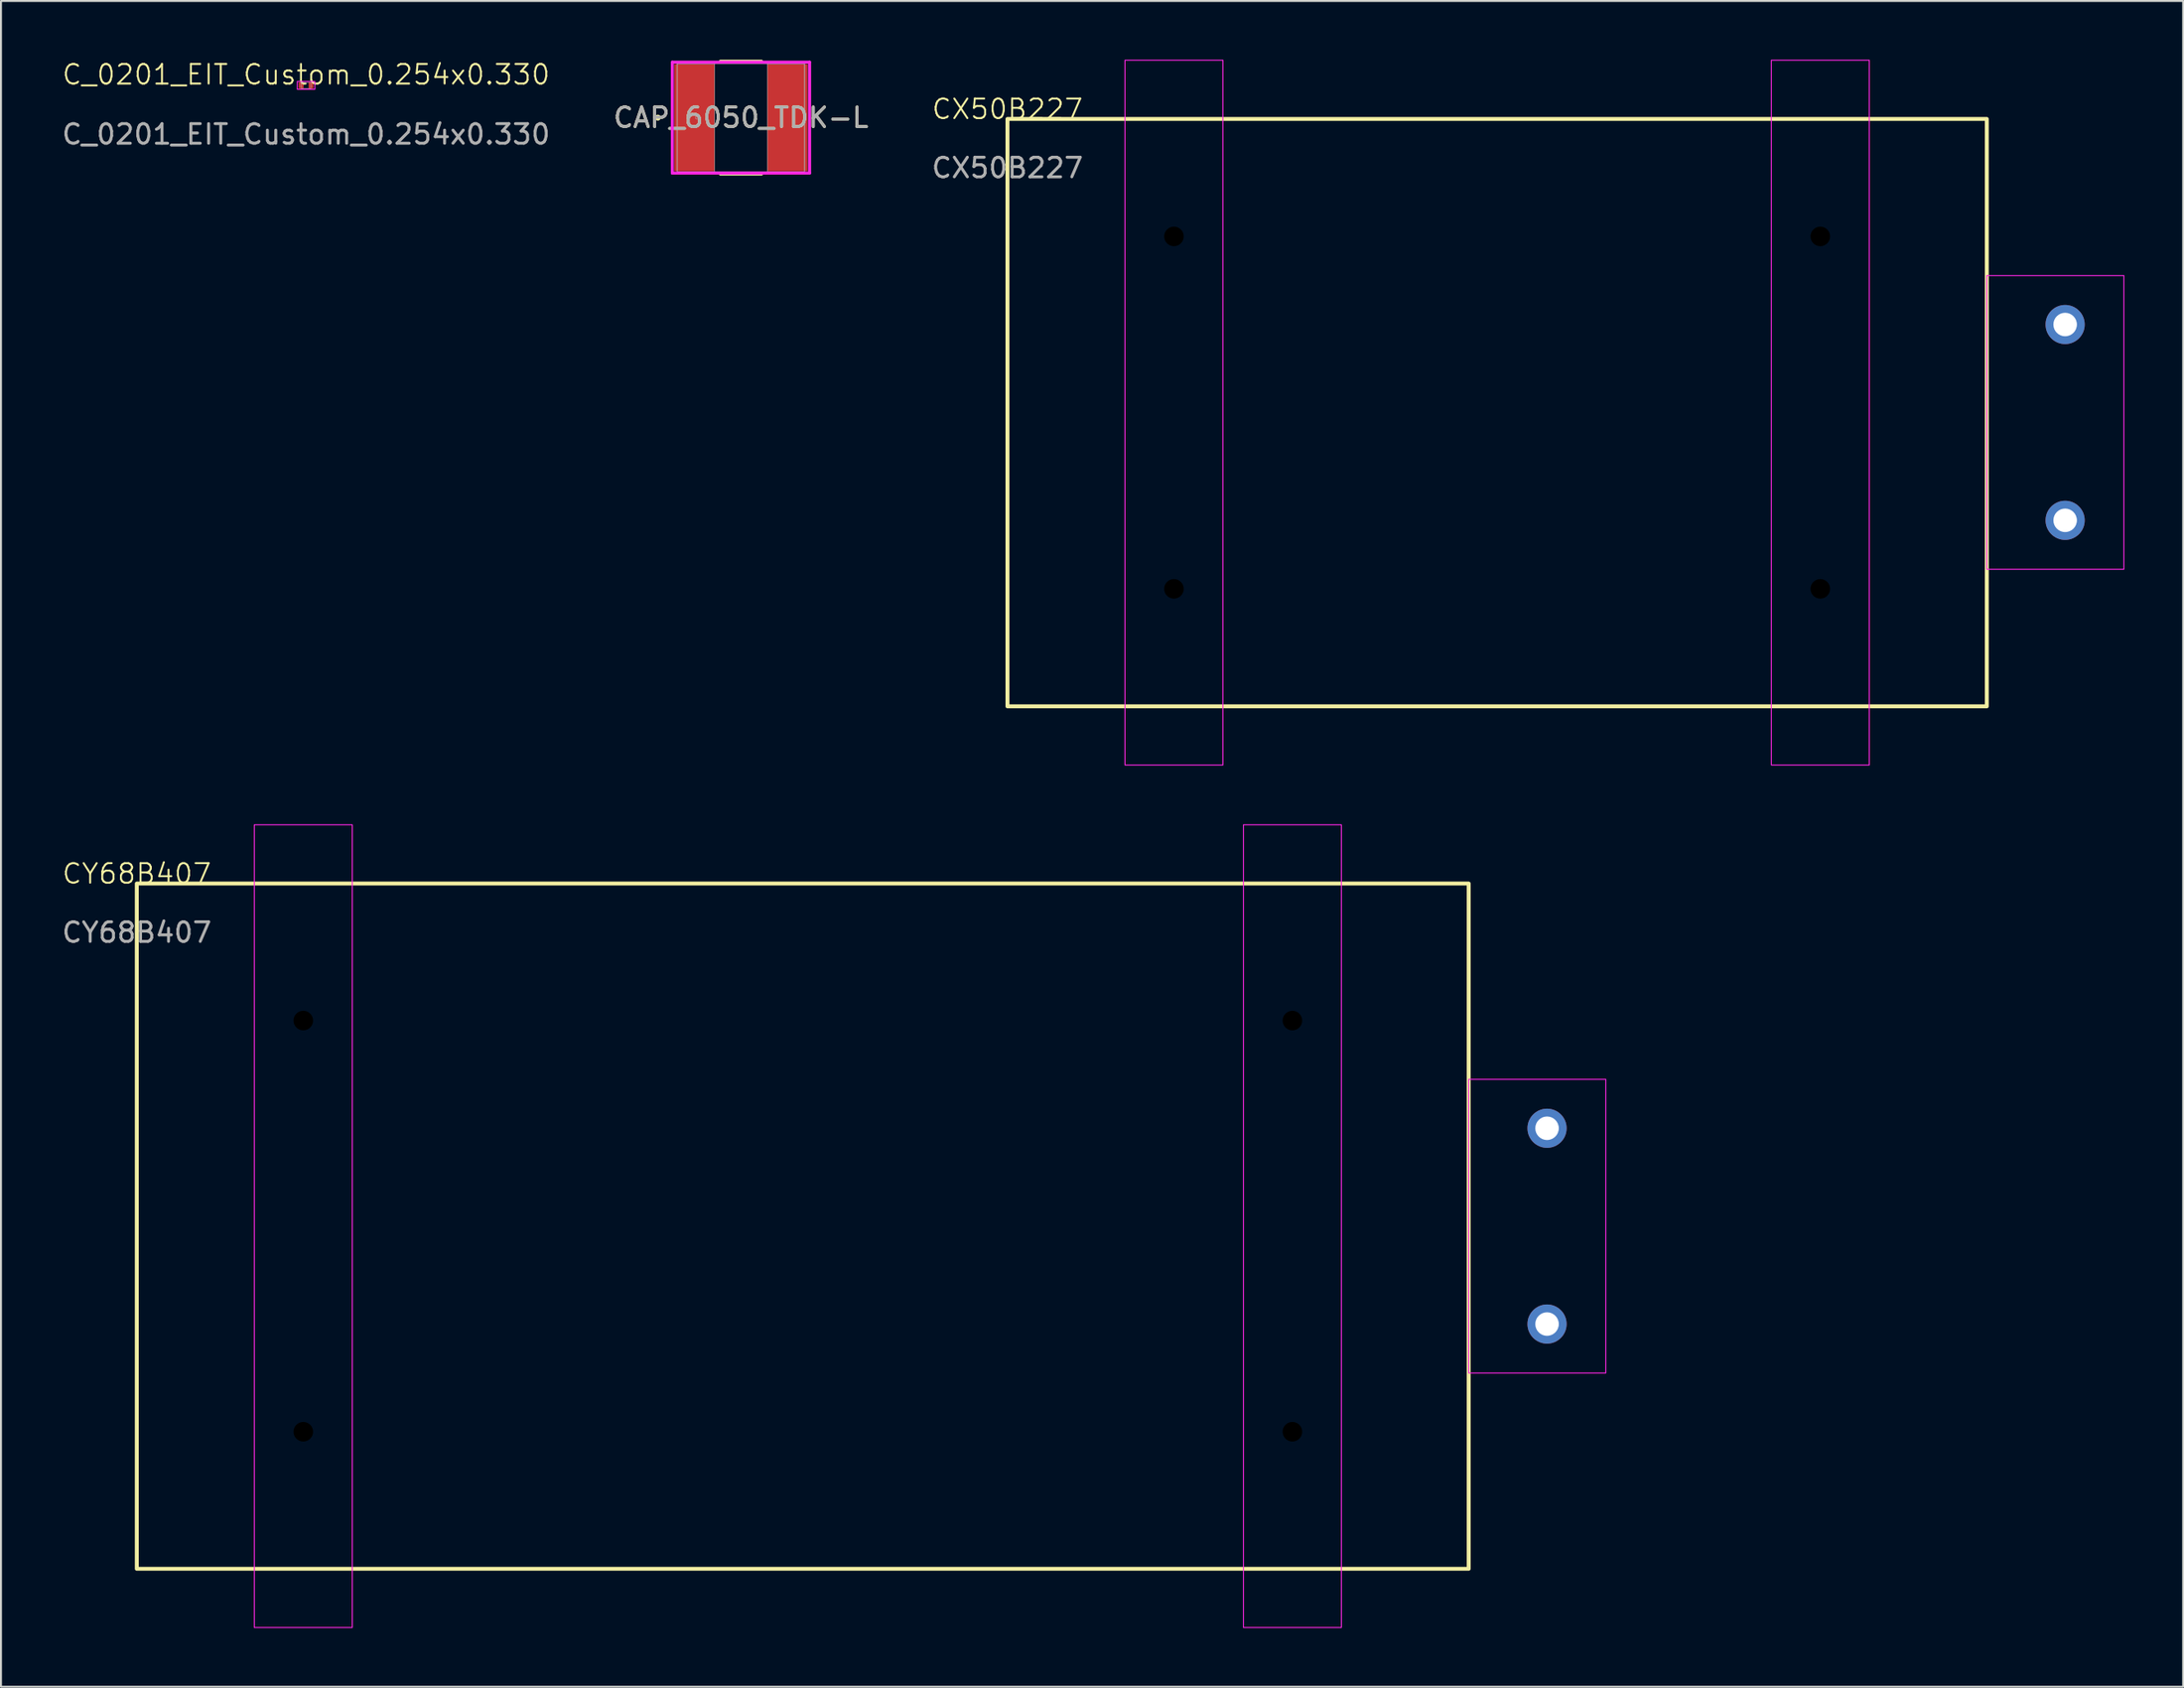
<source format=kicad_pcb>
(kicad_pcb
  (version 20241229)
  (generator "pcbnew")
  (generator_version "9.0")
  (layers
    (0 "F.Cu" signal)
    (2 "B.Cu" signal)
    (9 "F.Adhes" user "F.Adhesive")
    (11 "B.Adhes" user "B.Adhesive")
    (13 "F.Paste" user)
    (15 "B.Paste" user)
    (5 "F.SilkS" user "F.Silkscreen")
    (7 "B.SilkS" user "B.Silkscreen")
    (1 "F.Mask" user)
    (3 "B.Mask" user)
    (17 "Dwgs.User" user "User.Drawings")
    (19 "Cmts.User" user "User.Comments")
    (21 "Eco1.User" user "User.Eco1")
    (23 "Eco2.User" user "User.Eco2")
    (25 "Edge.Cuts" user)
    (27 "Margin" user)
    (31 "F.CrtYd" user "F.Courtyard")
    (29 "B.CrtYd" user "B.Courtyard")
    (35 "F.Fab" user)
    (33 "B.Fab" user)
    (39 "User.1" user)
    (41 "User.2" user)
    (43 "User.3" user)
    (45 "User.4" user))
  (footprint "CX50B227"
    (layer "F.Cu")
    (at 48.387 3.025)
    (property "Reference" "CX50B227" (at 0 -0.5 0) (unlocked yes) (layer "F.SilkS") (effects (font (size 1 1) (thickness 0.1))))
    (attr through_hole)
    (fp_rect (start 0 0) (end 50 30) (stroke (width 0.2) (type default)) (fill no) (layer "F.SilkS"))
    (fp_rect (start 6 -3) (end 11 33) (stroke (width 0.05) (type default)) (fill no) (layer "F.CrtYd"))
    (fp_rect (start 39 -3) (end 44 33) (stroke (width 0.05) (type default)) (fill no) (layer "F.CrtYd"))
    (fp_rect (start 50 8) (end 57 23) (stroke (width 0.05) (type default)) (fill no) (layer "F.CrtYd"))
    (fp_text user "${REFERENCE}" (at 0 2.5 0) (unlocked yes) (layer "F.Fab") (effects (font (size 1 1) (thickness 0.15))))
    (pad "" np_thru_hole circle (at 8.5 6) (size 1 1) (drill 3) (layers "*.Mask"))
    (pad "" np_thru_hole circle (at 8.5 24) (size 1 1) (drill 3) (layers "*.Mask"))
    (pad "" np_thru_hole circle (at 41.5 6) (size 1 1) (drill 3) (layers "*.Mask"))
    (pad "" np_thru_hole circle (at 41.5 24) (size 1 1) (drill 3) (layers "*.Mask"))
    (pad "1" thru_hole circle (at 54 10.5) (size 2 2) (drill 1.2) (layers "*.Cu" "*.Mask"))
    (pad "2" thru_hole circle (at 54 20.5) (size 2 2) (drill 1.2) (layers "*.Cu" "*.Mask")))
  (footprint "CY68B407"
    (layer "F.Cu")
    (at 3.935 42.075)
    (property "Reference" "CY68B407" (at 0 -0.5 0) (unlocked yes) (layer "F.SilkS") (effects (font (size 1 1) (thickness 0.1))))
    (attr through_hole)
    (fp_rect (start 0 0) (end 68 35) (stroke (width 0.2) (type default)) (fill no) (layer "F.SilkS"))
    (fp_rect (start 6 -3) (end 11 38) (stroke (width 0.05) (type default)) (fill no) (layer "F.CrtYd"))
    (fp_rect (start 56.5 -3) (end 61.5 38) (stroke (width 0.05) (type default)) (fill no) (layer "F.CrtYd"))
    (fp_rect (start 68 10) (end 75 25) (stroke (width 0.05) (type default)) (fill no) (layer "F.CrtYd"))
    (fp_text user "${REFERENCE}" (at 0 2.5 0) (unlocked yes) (layer "F.Fab") (effects (font (size 1 1) (thickness 0.15))))
    (pad "" np_thru_hole circle (at 8.5 7) (size 1 1) (drill 3) (layers "*.Mask"))
    (pad "" np_thru_hole circle (at 8.5 28) (size 1 1) (drill 3) (layers "*.Mask"))
    (pad "" np_thru_hole circle (at 59 7) (size 1 1) (drill 3) (layers "*.Mask"))
    (pad "" np_thru_hole circle (at 59 28) (size 1 1) (drill 3) (layers "*.Mask"))
    (pad "1" thru_hole circle (at 72 12.5) (size 2 2) (drill 1.2) (layers "*.Cu" "*.Mask"))
    (pad "2" thru_hole circle (at 72 22.5) (size 2 2) (drill 1.2) (layers "*.Cu" "*.Mask")))
  (footprint "C_0201_EIT_Custom_0.254x0.330"
    (layer "F.Cu")
    (at 12.577 1.31)
    (property "Reference" "C_0201_EIT_Custom_0.254x0.330" (at 0 -0.55 0) (unlocked yes) (layer "F.SilkS") (effects (font (size 1 1) (thickness 0.1))))
    (attr smd)
    (fp_rect (start -0.45 -0.2) (end 0.45 0.2) (stroke (width 0.05) (type default)) (fill no) (layer "F.CrtYd"))
    (fp_rect (start -0.25 -0.15) (end 0.25 0.15) (stroke (width 0.025) (type default)) (fill no) (layer "F.Fab"))
    (fp_text user "${REFERENCE}" (at 0 2.5 0) (unlocked yes) (layer "F.Fab") (effects (font (size 1 1) (thickness 0.15))))
    (pad "1" smd roundrect (at 0.254 0) (size 0.254 0.33) (layers "F.Cu" "F.Mask" "F.Paste") (roundrect_rratio 0.15))
    (pad "2" smd roundrect (at -0.254 0) (size 0.254 0.33) (layers "F.Cu" "F.Mask" "F.Paste") (roundrect_rratio 0.15)))
  (footprint "CAP_6050_TDK-L"
    (layer "F.Cu")
    (at 34.78 2.959)
    (property "Reference" "CAP_6050_TDK-L" (at 0 0 0) (unlocked yes) (layer "F.SilkS") (effects (font (size 1 1) (thickness 0.15))))
    (attr smd)
    (fp_line (start -1.05 2.883) (end 1.05 2.883) (stroke (width 0.152) (type solid)) (layer "F.SilkS"))
    (fp_line (start 1.05 -2.883) (end -1.05 -2.883) (stroke (width 0.152) (type solid)) (layer "F.SilkS"))
    (fp_circle (center -4.242 0) (end -4.166 0) (stroke (width 0.152) (type solid)) (fill no) (layer "F.SilkS"))
    (fp_line (start -3.505 -2.832) (end 3.505 -2.832) (stroke (width 0.152) (type solid)) (layer "F.CrtYd"))
    (fp_line (start -3.505 2.832) (end -3.505 -2.832) (stroke (width 0.152) (type solid)) (layer "F.CrtYd"))
    (fp_line (start 3.505 -2.832) (end 3.505 2.832) (stroke (width 0.152) (type solid)) (layer "F.CrtYd"))
    (fp_line (start 3.505 2.832) (end -3.505 2.832) (stroke (width 0.152) (type solid)) (layer "F.CrtYd"))
    (fp_line (start -3.251 -2.756) (end -3.251 2.756) (stroke (width 0.025) (type solid)) (layer "F.Fab"))
    (fp_line (start -3.251 -2.756) (end -3.251 2.756) (stroke (width 0.025) (type solid)) (layer "F.Fab"))
    (fp_line (start -3.251 2.756) (end -1.346 2.756) (stroke (width 0.025) (type solid)) (layer "F.Fab"))
    (fp_line (start -3.251 2.756) (end 3.251 2.756) (stroke (width 0.025) (type solid)) (layer "F.Fab"))
    (fp_line (start -1.346 -2.756) (end -3.251 -2.756) (stroke (width 0.025) (type solid)) (layer "F.Fab"))
    (fp_line (start -1.346 2.756) (end -1.346 -2.756) (stroke (width 0.025) (type solid)) (layer "F.Fab"))
    (fp_line (start 1.346 -2.756) (end 1.346 2.756) (stroke (width 0.025) (type solid)) (layer "F.Fab"))
    (fp_line (start 1.346 2.756) (end 3.251 2.756) (stroke (width 0.025) (type solid)) (layer "F.Fab"))
    (fp_line (start 3.251 -2.756) (end -3.251 -2.756) (stroke (width 0.025) (type solid)) (layer "F.Fab"))
    (fp_line (start 3.251 -2.756) (end 1.346 -2.756) (stroke (width 0.025) (type solid)) (layer "F.Fab"))
    (fp_line (start 3.251 2.756) (end 3.251 -2.756) (stroke (width 0.025) (type solid)) (layer "F.Fab"))
    (fp_line (start 3.251 2.756) (end 3.251 -2.756) (stroke (width 0.025) (type solid)) (layer "F.Fab"))
    (fp_circle (center -2.248 0) (end -2.172 0) (stroke (width 0.025) (type solid)) (fill no) (layer "F.Fab"))
    (fp_text user "${REFERENCE}" (at 0 0 0) (unlocked yes) (layer "F.Fab") (effects (font (size 1 1) (thickness 0.15))))
    (pad "1" smd rect (at -2.375 0) (size 2.057 5.461) (layers "F.Cu" "F.Mask" "F.Paste"))
    (pad "2" smd rect (at 2.375 0) (size 2.057 5.461) (layers "F.Cu" "F.Mask" "F.Paste"))
    (zone (net_name "") (layer "F.Cu") (hatch full 0.508) (connect_pads) (min_thickness 0.254) (filled_areas_thickness no) (keepout (tracks not_allowed) (vias not_allowed) (pads allowed) (copperpour not_allowed) (footprints allowed)) (placement (enabled no)) (fill) (polygon (pts (xy 33.484 0.254) (xy 36.075 0.254) (xy 36.075 5.664) (xy 33.484 5.664)))))
  (gr_rect
    (start -3 -3)
    (end 108.412 83.1)
    (stroke (width 0.1) (type default))
    (fill no)
    (layer "Edge.Cuts")))
</source>
